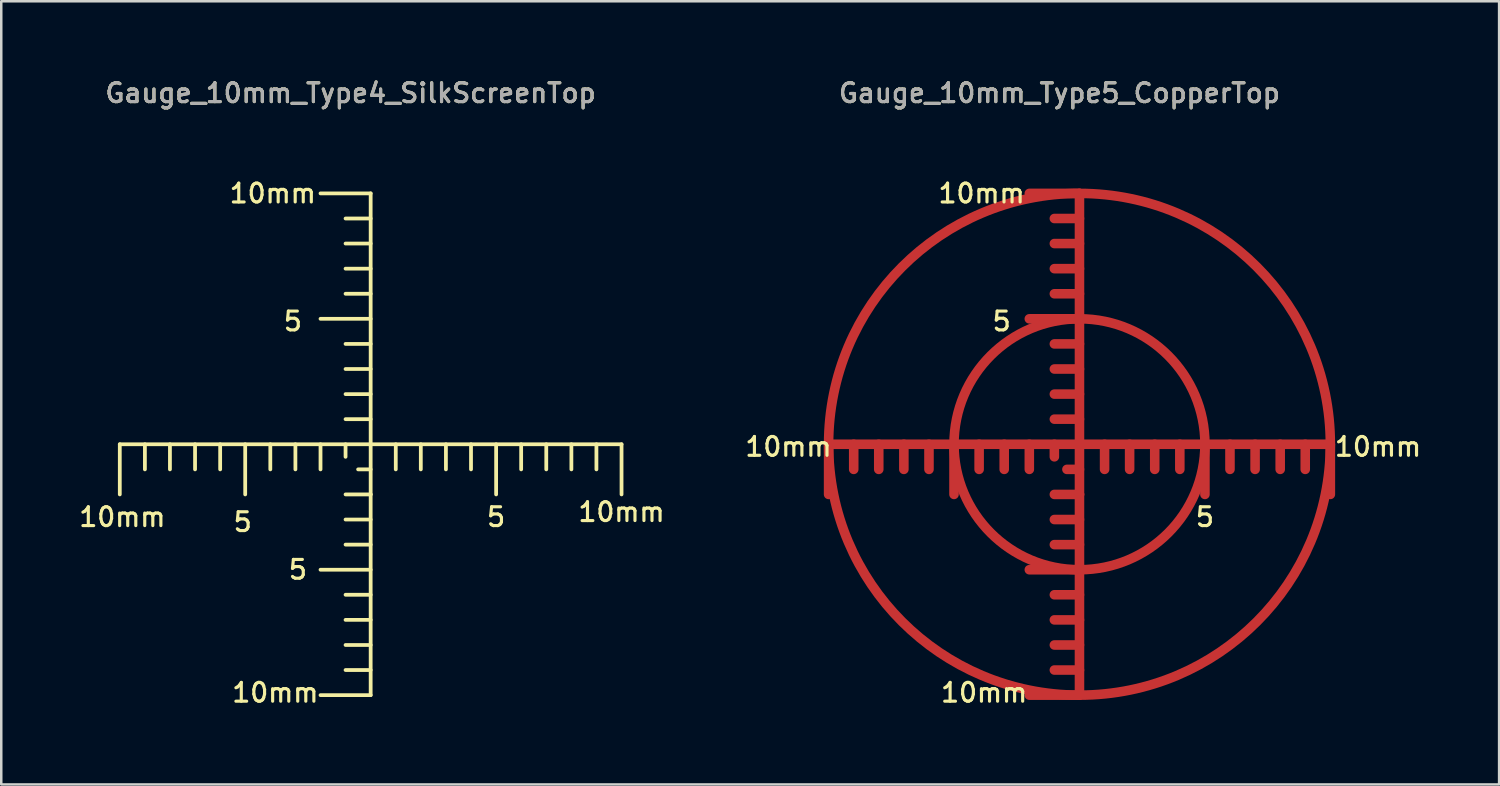
<source format=kicad_pcb>
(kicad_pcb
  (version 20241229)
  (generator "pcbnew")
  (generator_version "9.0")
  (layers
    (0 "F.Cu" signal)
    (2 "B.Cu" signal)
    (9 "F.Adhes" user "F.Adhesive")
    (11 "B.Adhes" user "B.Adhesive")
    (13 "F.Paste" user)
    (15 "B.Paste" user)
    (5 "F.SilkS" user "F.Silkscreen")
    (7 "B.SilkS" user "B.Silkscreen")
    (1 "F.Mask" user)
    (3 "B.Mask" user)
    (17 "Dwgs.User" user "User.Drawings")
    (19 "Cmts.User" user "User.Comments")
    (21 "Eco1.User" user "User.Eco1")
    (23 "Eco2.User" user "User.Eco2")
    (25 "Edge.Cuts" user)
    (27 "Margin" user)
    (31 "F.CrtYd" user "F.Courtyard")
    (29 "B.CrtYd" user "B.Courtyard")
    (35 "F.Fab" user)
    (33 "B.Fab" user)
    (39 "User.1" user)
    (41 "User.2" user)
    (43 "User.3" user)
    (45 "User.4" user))
  (footprint "Gauge_10mm_Type4_SilkScreenTop"
    (layer "F.Cu")
    (at 11.725 14.659)
    (property "Reference" "Gauge_10mm_Type4_SilkScreenTop" (at -0.8 -14 0) (layer "F.SilkS") (effects (font (size 0.75 0.75) (thickness 0.125))))
    (attr exclude_from_pos_files exclude_from_bom)
    (fp_line (start -10 0) (end -10 1.999) (stroke (width 0.15) (type solid)) (layer "F.SilkS"))
    (fp_line (start -8.999 0) (end -8.999 1.001) (stroke (width 0.15) (type solid)) (layer "F.SilkS"))
    (fp_line (start -8.001 0) (end -8.001 1.001) (stroke (width 0.15) (type solid)) (layer "F.SilkS"))
    (fp_line (start -7 0) (end -7 1.001) (stroke (width 0.15) (type solid)) (layer "F.SilkS"))
    (fp_line (start -5.999 0) (end -5.999 1.001) (stroke (width 0.15) (type solid)) (layer "F.SilkS"))
    (fp_line (start -5.001 0) (end -5.001 1.999) (stroke (width 0.15) (type solid)) (layer "F.SilkS"))
    (fp_line (start -4 0) (end -4 1.001) (stroke (width 0.15) (type solid)) (layer "F.SilkS"))
    (fp_line (start -3 0) (end -3 1.001) (stroke (width 0.15) (type solid)) (layer "F.SilkS"))
    (fp_line (start -1.999 0) (end -1.999 1.001) (stroke (width 0.15) (type solid)) (layer "F.SilkS"))
    (fp_line (start -1.001 0) (end -1.001 0.5) (stroke (width 0.15) (type solid)) (layer "F.SilkS"))
    (fp_line (start 0 -10) (end -1.999 -10) (stroke (width 0.15) (type solid)) (layer "F.SilkS"))
    (fp_line (start 0 -8.999) (end -1.001 -8.999) (stroke (width 0.15) (type solid)) (layer "F.SilkS"))
    (fp_line (start 0 -8.001) (end -1.001 -8.001) (stroke (width 0.15) (type solid)) (layer "F.SilkS"))
    (fp_line (start 0 -7) (end -1.001 -7) (stroke (width 0.15) (type solid)) (layer "F.SilkS"))
    (fp_line (start 0 -5.999) (end -1.001 -5.999) (stroke (width 0.15) (type solid)) (layer "F.SilkS"))
    (fp_line (start 0 -5.001) (end -1.999 -5.001) (stroke (width 0.15) (type solid)) (layer "F.SilkS"))
    (fp_line (start 0 -4) (end -1.001 -4) (stroke (width 0.15) (type solid)) (layer "F.SilkS"))
    (fp_line (start 0 -3) (end -1.001 -3) (stroke (width 0.15) (type solid)) (layer "F.SilkS"))
    (fp_line (start 0 -1.999) (end -1.001 -1.999) (stroke (width 0.15) (type solid)) (layer "F.SilkS"))
    (fp_line (start 0 -1.001) (end -1.001 -1.001) (stroke (width 0.15) (type solid)) (layer "F.SilkS"))
    (fp_line (start 0 0) (end -10 0) (stroke (width 0.15) (type solid)) (layer "F.SilkS"))
    (fp_line (start 0 0) (end 0 -10) (stroke (width 0.15) (type solid)) (layer "F.SilkS"))
    (fp_line (start 0 0) (end 0 1.999) (stroke (width 0.15) (type solid)) (layer "F.SilkS"))
    (fp_line (start 0 0) (end 10 0) (stroke (width 0.15) (type solid)) (layer "F.SilkS"))
    (fp_line (start 0 1.001) (end -0.5 1.001) (stroke (width 0.15) (type solid)) (layer "F.SilkS"))
    (fp_line (start 0 1.999) (end -1.001 1.999) (stroke (width 0.15) (type solid)) (layer "F.SilkS"))
    (fp_line (start 0 1.999) (end 0 10) (stroke (width 0.15) (type solid)) (layer "F.SilkS"))
    (fp_line (start 0 3) (end -1.001 3) (stroke (width 0.15) (type solid)) (layer "F.SilkS"))
    (fp_line (start 0 4) (end -1.001 4) (stroke (width 0.15) (type solid)) (layer "F.SilkS"))
    (fp_line (start 0 5.001) (end -1.999 5.001) (stroke (width 0.15) (type solid)) (layer "F.SilkS"))
    (fp_line (start 0 5.999) (end -1.001 5.999) (stroke (width 0.15) (type solid)) (layer "F.SilkS"))
    (fp_line (start 0 7) (end -1.001 7) (stroke (width 0.15) (type solid)) (layer "F.SilkS"))
    (fp_line (start 0 8.001) (end -1.001 8.001) (stroke (width 0.15) (type solid)) (layer "F.SilkS"))
    (fp_line (start 0 8.999) (end -1.001 8.999) (stroke (width 0.15) (type solid)) (layer "F.SilkS"))
    (fp_line (start 0 10) (end -1.999 10) (stroke (width 0.15) (type solid)) (layer "F.SilkS"))
    (fp_line (start 1.001 0) (end 1.001 1.001) (stroke (width 0.15) (type solid)) (layer "F.SilkS"))
    (fp_line (start 1.999 0) (end 1.999 1.001) (stroke (width 0.15) (type solid)) (layer "F.SilkS"))
    (fp_line (start 3 0) (end 3 1.001) (stroke (width 0.15) (type solid)) (layer "F.SilkS"))
    (fp_line (start 4 0) (end 4 1.001) (stroke (width 0.15) (type solid)) (layer "F.SilkS"))
    (fp_line (start 5.001 0) (end 5.001 1.999) (stroke (width 0.15) (type solid)) (layer "F.SilkS"))
    (fp_line (start 5.999 0) (end 5.999 1.001) (stroke (width 0.15) (type solid)) (layer "F.SilkS"))
    (fp_line (start 7 0) (end 7 1.001) (stroke (width 0.15) (type solid)) (layer "F.SilkS"))
    (fp_line (start 8.001 0) (end 8.001 1.001) (stroke (width 0.15) (type solid)) (layer "F.SilkS"))
    (fp_line (start 8.999 0) (end 8.999 1.001) (stroke (width 0.15) (type solid)) (layer "F.SilkS"))
    (fp_line (start 10 0) (end 10 1.999) (stroke (width 0.15) (type solid)) (layer "F.SilkS"))
    (fp_text user "5" (at 4.999 2.901 0) (layer "F.SilkS") (effects (font (size 0.75 0.75) (thickness 0.125))))
    (fp_text user "5" (at -2.901 4.999 0) (layer "F.SilkS") (effects (font (size 0.75 0.75) (thickness 0.125))))
    (fp_text user "5" (at -5.1 3.099 0) (layer "F.SilkS") (effects (font (size 0.75 0.75) (thickness 0.125))))
    (fp_text user "10mm" (at -3.901 -10 0) (layer "F.SilkS") (effects (font (size 0.75 0.75) (thickness 0.125))))
    (fp_text user "5" (at -3.101 -4.9 0) (layer "F.SilkS") (effects (font (size 0.75 0.75) (thickness 0.125))))
    (fp_text user "10mm" (at -3.8 9.901 0) (layer "F.SilkS") (effects (font (size 0.75 0.75) (thickness 0.125))))
    (fp_text user "10mm" (at 10 2.7 0) (layer "F.SilkS") (effects (font (size 0.75 0.75) (thickness 0.125))))
    (fp_text user "10mm" (at -9.898 2.901 0) (layer "F.SilkS") (effects (font (size 0.75 0.75) (thickness 0.125))))
    (fp_text user "${REFERENCE}" (at -0.8 -14 0) (layer "F.Fab") (effects (font (size 0.75 0.75) (thickness 0.125)))))
  (footprint "Gauge_10mm_Type5_CopperTop"
    (layer "F.Cu")
    (at 39.979 14.659)
    (property "Reference" "Gauge_10mm_Type5_CopperTop" (at -0.8 -14 0) (layer "F.SilkS") (effects (font (size 0.75 0.75) (thickness 0.125))))
    (attr exclude_from_pos_files exclude_from_bom)
    (fp_line (start -10 0) (end -10 1.999) (stroke (width 0.381) (type solid)) (layer "F.Cu"))
    (fp_line (start -8.999 0) (end -8.999 1.001) (stroke (width 0.381) (type solid)) (layer "F.Cu"))
    (fp_line (start -8.001 0) (end -8.001 1.001) (stroke (width 0.381) (type solid)) (layer "F.Cu"))
    (fp_line (start -7 0) (end -7 1.001) (stroke (width 0.381) (type solid)) (layer "F.Cu"))
    (fp_line (start -5.999 0) (end -5.999 1.001) (stroke (width 0.381) (type solid)) (layer "F.Cu"))
    (fp_line (start -5.001 0) (end -5.001 1.999) (stroke (width 0.381) (type solid)) (layer "F.Cu"))
    (fp_line (start -4 0) (end -4 1.001) (stroke (width 0.381) (type solid)) (layer "F.Cu"))
    (fp_line (start -3 0) (end -3 1.001) (stroke (width 0.381) (type solid)) (layer "F.Cu"))
    (fp_line (start -1.999 0) (end -1.999 1.001) (stroke (width 0.381) (type solid)) (layer "F.Cu"))
    (fp_line (start -1.001 0) (end -1.001 0.5) (stroke (width 0.381) (type solid)) (layer "F.Cu"))
    (fp_line (start 0 -10) (end -1.999 -10) (stroke (width 0.381) (type solid)) (layer "F.Cu"))
    (fp_line (start 0 -8.999) (end -1.001 -8.999) (stroke (width 0.381) (type solid)) (layer "F.Cu"))
    (fp_line (start 0 -8.001) (end -1.001 -8.001) (stroke (width 0.381) (type solid)) (layer "F.Cu"))
    (fp_line (start 0 -7) (end -1.001 -7) (stroke (width 0.381) (type solid)) (layer "F.Cu"))
    (fp_line (start 0 -5.999) (end -1.001 -5.999) (stroke (width 0.381) (type solid)) (layer "F.Cu"))
    (fp_line (start 0 -5.001) (end -1.999 -5.001) (stroke (width 0.381) (type solid)) (layer "F.Cu"))
    (fp_line (start 0 -4) (end -1.001 -4) (stroke (width 0.381) (type solid)) (layer "F.Cu"))
    (fp_line (start 0 -3) (end -1.001 -3) (stroke (width 0.381) (type solid)) (layer "F.Cu"))
    (fp_line (start 0 -1.999) (end -1.001 -1.999) (stroke (width 0.381) (type solid)) (layer "F.Cu"))
    (fp_line (start 0 -1.001) (end -1.001 -1.001) (stroke (width 0.381) (type solid)) (layer "F.Cu"))
    (fp_line (start 0 0) (end -10 0) (stroke (width 0.381) (type solid)) (layer "F.Cu"))
    (fp_line (start 0 0) (end 0 -10) (stroke (width 0.381) (type solid)) (layer "F.Cu"))
    (fp_line (start 0 0) (end 0 1.999) (stroke (width 0.381) (type solid)) (layer "F.Cu"))
    (fp_line (start 0 0) (end 10 0) (stroke (width 0.381) (type solid)) (layer "F.Cu"))
    (fp_line (start 0 1.001) (end -0.5 1.001) (stroke (width 0.381) (type solid)) (layer "F.Cu"))
    (fp_line (start 0 1.999) (end -1.001 1.999) (stroke (width 0.381) (type solid)) (layer "F.Cu"))
    (fp_line (start 0 1.999) (end 0 10) (stroke (width 0.381) (type solid)) (layer "F.Cu"))
    (fp_line (start 0 3) (end -1.001 3) (stroke (width 0.381) (type solid)) (layer "F.Cu"))
    (fp_line (start 0 4) (end -1.001 4) (stroke (width 0.381) (type solid)) (layer "F.Cu"))
    (fp_line (start 0 5.001) (end -1.999 5.001) (stroke (width 0.381) (type solid)) (layer "F.Cu"))
    (fp_line (start 0 5.999) (end -1.001 5.999) (stroke (width 0.381) (type solid)) (layer "F.Cu"))
    (fp_line (start 0 7) (end -1.001 7) (stroke (width 0.381) (type solid)) (layer "F.Cu"))
    (fp_line (start 0 8.001) (end -1.001 8.001) (stroke (width 0.381) (type solid)) (layer "F.Cu"))
    (fp_line (start 0 8.999) (end -1.001 8.999) (stroke (width 0.381) (type solid)) (layer "F.Cu"))
    (fp_line (start 0 10) (end -1.999 10) (stroke (width 0.381) (type solid)) (layer "F.Cu"))
    (fp_line (start 1.001 0) (end 1.001 1.001) (stroke (width 0.381) (type solid)) (layer "F.Cu"))
    (fp_line (start 1.999 0) (end 1.999 1.001) (stroke (width 0.381) (type solid)) (layer "F.Cu"))
    (fp_line (start 3 0) (end 3 1.001) (stroke (width 0.381) (type solid)) (layer "F.Cu"))
    (fp_line (start 4 0) (end 4 1.001) (stroke (width 0.381) (type solid)) (layer "F.Cu"))
    (fp_line (start 5.001 0) (end 5.001 1.999) (stroke (width 0.381) (type solid)) (layer "F.Cu"))
    (fp_line (start 5.999 0) (end 5.999 1.001) (stroke (width 0.381) (type solid)) (layer "F.Cu"))
    (fp_line (start 7 0) (end 7 1.001) (stroke (width 0.381) (type solid)) (layer "F.Cu"))
    (fp_line (start 8.001 0) (end 8.001 1.001) (stroke (width 0.381) (type solid)) (layer "F.Cu"))
    (fp_line (start 8.999 0) (end 8.999 1.001) (stroke (width 0.381) (type solid)) (layer "F.Cu"))
    (fp_line (start 10 0) (end 10 1.999) (stroke (width 0.381) (type solid)) (layer "F.Cu"))
    (fp_circle (center 0 0) (end 5.001 0) (stroke (width 0.381) (type solid)) (fill no) (layer "F.Cu"))
    (fp_circle (center 0 0) (end 10 0) (stroke (width 0.381) (type solid)) (fill no) (layer "F.Cu"))
    (fp_text user "10mm" (at -11.6 0.099 0) (layer "F.SilkS") (effects (font (size 0.75 0.75) (thickness 0.125))))
    (fp_text user "10mm" (at 11.9 0.099 0) (layer "F.SilkS") (effects (font (size 0.75 0.75) (thickness 0.125))))
    (fp_text user "10mm" (at -3.8 9.901 0) (layer "F.SilkS") (effects (font (size 0.75 0.75) (thickness 0.125))))
    (fp_text user "10mm" (at -3.901 -10 0) (layer "F.SilkS") (effects (font (size 0.75 0.75) (thickness 0.125))))
    (fp_text user "5" (at 4.999 2.901 0) (layer "F.SilkS") (effects (font (size 0.75 0.75) (thickness 0.125))))
    (fp_text user "5" (at -3.101 -4.9 0) (layer "F.SilkS") (effects (font (size 0.75 0.75) (thickness 0.125))))
    (fp_text user "${REFERENCE}" (at -0.8 -14 0) (layer "F.Fab") (effects (font (size 0.75 0.75) (thickness 0.125)))))
  (gr_rect
    (start -3 -3)
    (end 56.706 28.218)
    (stroke (width 0.1) (type default))
    (fill no)
    (layer "Edge.Cuts")))
</source>
